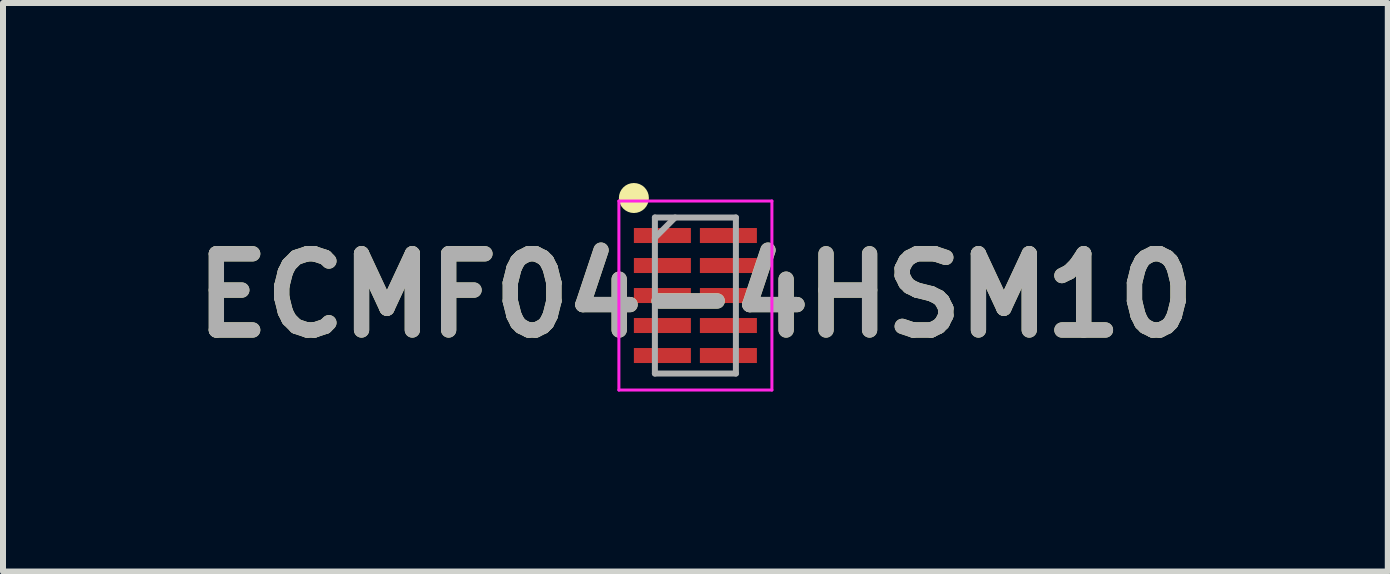
<source format=kicad_pcb>
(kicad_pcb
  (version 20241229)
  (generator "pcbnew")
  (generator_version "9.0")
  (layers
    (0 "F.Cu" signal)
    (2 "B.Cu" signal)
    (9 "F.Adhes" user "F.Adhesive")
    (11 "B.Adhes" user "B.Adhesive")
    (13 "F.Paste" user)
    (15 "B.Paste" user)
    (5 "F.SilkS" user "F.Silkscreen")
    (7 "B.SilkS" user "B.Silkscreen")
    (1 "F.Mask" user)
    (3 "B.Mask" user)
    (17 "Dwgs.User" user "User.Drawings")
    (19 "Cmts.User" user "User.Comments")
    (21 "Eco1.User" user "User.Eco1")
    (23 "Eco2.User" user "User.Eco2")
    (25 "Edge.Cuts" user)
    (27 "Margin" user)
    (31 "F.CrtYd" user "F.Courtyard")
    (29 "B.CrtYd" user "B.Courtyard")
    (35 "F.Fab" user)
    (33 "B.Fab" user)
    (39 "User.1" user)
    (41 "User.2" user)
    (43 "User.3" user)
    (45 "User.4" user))
  (footprint "ECMF04-4HSM10"
    (layer "F.Cu")
    (at 8.539 1.875)
    (property "Reference" "ECMF04-4HSM10" (at 0 0 0) (layer "F.SilkS") (effects (font (size 1.27 1.27) (thickness 0.254))))
    (attr smd)
    (fp_circle (center -1.025 -1.625) (end -1.025 -1.5) (stroke (width 0.25) (type solid)) (fill no) (layer "F.SilkS"))
    (fp_line (start -1.275 -1.575) (end 1.275 -1.575) (stroke (width 0.05) (type solid)) (layer "F.CrtYd"))
    (fp_line (start -1.275 1.575) (end -1.275 -1.575) (stroke (width 0.05) (type solid)) (layer "F.CrtYd"))
    (fp_line (start 1.275 -1.575) (end 1.275 1.575) (stroke (width 0.05) (type solid)) (layer "F.CrtYd"))
    (fp_line (start 1.275 1.575) (end -1.275 1.575) (stroke (width 0.05) (type solid)) (layer "F.CrtYd"))
    (fp_line (start -0.675 -1.3) (end 0.675 -1.3) (stroke (width 0.1) (type solid)) (layer "F.Fab"))
    (fp_line (start -0.675 -0.962) (end -0.338 -1.3) (stroke (width 0.1) (type solid)) (layer "F.Fab"))
    (fp_line (start -0.675 1.3) (end -0.675 -1.3) (stroke (width 0.1) (type solid)) (layer "F.Fab"))
    (fp_line (start 0.675 -1.3) (end 0.675 1.3) (stroke (width 0.1) (type solid)) (layer "F.Fab"))
    (fp_line (start 0.675 1.3) (end -0.675 1.3) (stroke (width 0.1) (type solid)) (layer "F.Fab"))
    (fp_text user "${REFERENCE}" (at 0 0 0) (layer "F.Fab") (effects (font (size 1.27 1.27) (thickness 0.254))))
    (pad "1" smd rect (at -0.55 -1 90) (size 0.25 0.95) (layers "F.Cu" "F.Mask" "F.Paste"))
    (pad "2" smd rect (at -0.55 -0.5 90) (size 0.25 0.95) (layers "F.Cu" "F.Mask" "F.Paste"))
    (pad "3" smd rect (at -0.55 0 90) (size 0.25 0.95) (layers "F.Cu" "F.Mask" "F.Paste"))
    (pad "4" smd rect (at -0.55 0.5 90) (size 0.25 0.95) (layers "F.Cu" "F.Mask" "F.Paste"))
    (pad "5" smd rect (at -0.55 1 90) (size 0.25 0.95) (layers "F.Cu" "F.Mask" "F.Paste"))
    (pad "6" smd rect (at 0.55 1 90) (size 0.25 0.95) (layers "F.Cu" "F.Mask" "F.Paste"))
    (pad "7" smd rect (at 0.55 0.5 90) (size 0.25 0.95) (layers "F.Cu" "F.Mask" "F.Paste"))
    (pad "8" smd rect (at 0.55 0 90) (size 0.25 0.95) (layers "F.Cu" "F.Mask" "F.Paste"))
    (pad "9" smd rect (at 0.55 -0.5 90) (size 0.25 0.95) (layers "F.Cu" "F.Mask" "F.Paste"))
    (pad "10" smd rect (at 0.55 -1 90) (size 0.25 0.95) (layers "F.Cu" "F.Mask" "F.Paste")))
  (gr_rect
    (start -3 -3)
    (end 20.078 6.475)
    (stroke (width 0.1) (type default))
    (fill no)
    (layer "Edge.Cuts")))
</source>
